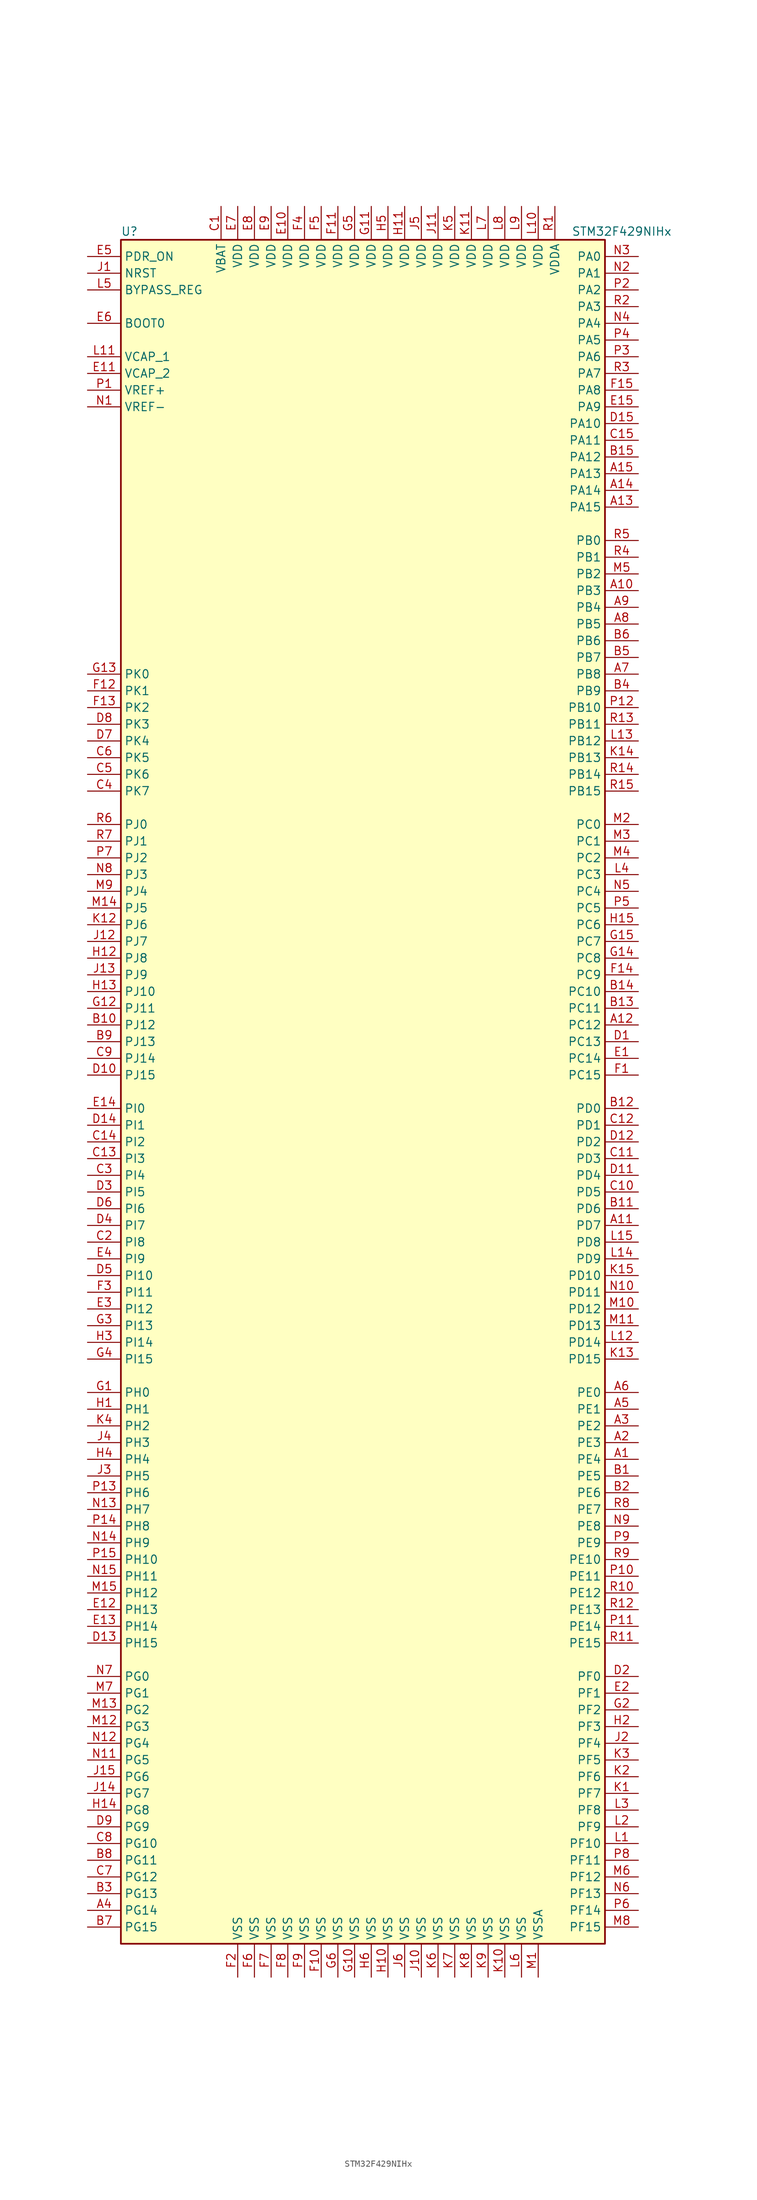
<source format=kicad_sym>
(kicad_symbol_lib
  (version 20201005)
  (generator kicad_symbol_editor)
  (symbol "STM32F429NIHx"
    (property "Reference" "U"
      (at -38.1 130.81 0)
      (effects (font (size 1.27 1.27)) (justify left)))
    (property "Value" "STM32F429NIHx"
      (at 30.48 130.81 0)
      (effects (font (size 1.27 1.27)) (justify left)))
    (symbol "STM32F429NIHx_0_1"
      (rectangle (start -38.1 -129.54) (end 35.56 129.54) (stroke (width 0.254)) (fill (type background))))
    (symbol "STM32F429NIHx_1_1"
      (pin bidirectional line (at 40.64 -55.88 180) (length 5.08) (name "PE4" (effects (font (size 1.27 1.27)))) (number "A1" (effects (font (size 1.27 1.27)))))
      (pin bidirectional line (at 40.64 76.2 180) (length 5.08) (name "PB3" (effects (font (size 1.27 1.27)))) (number "A10" (effects (font (size 1.27 1.27)))))
      (pin bidirectional line (at 40.64 -20.32 180) (length 5.08) (name "PD7" (effects (font (size 1.27 1.27)))) (number "A11" (effects (font (size 1.27 1.27)))))
      (pin bidirectional line (at 40.64 10.16 180) (length 5.08) (name "PC12" (effects (font (size 1.27 1.27)))) (number "A12" (effects (font (size 1.27 1.27)))))
      (pin bidirectional line (at 40.64 88.9 180) (length 5.08) (name "PA15" (effects (font (size 1.27 1.27)))) (number "A13" (effects (font (size 1.27 1.27)))))
      (pin bidirectional line (at 40.64 91.44 180) (length 5.08) (name "PA14" (effects (font (size 1.27 1.27)))) (number "A14" (effects (font (size 1.27 1.27)))))
      (pin bidirectional line (at 40.64 93.98 180) (length 5.08) (name "PA13" (effects (font (size 1.27 1.27)))) (number "A15" (effects (font (size 1.27 1.27)))))
      (pin bidirectional line (at 40.64 -53.34 180) (length 5.08) (name "PE3" (effects (font (size 1.27 1.27)))) (number "A2" (effects (font (size 1.27 1.27)))))
      (pin bidirectional line (at 40.64 -50.8 180) (length 5.08) (name "PE2" (effects (font (size 1.27 1.27)))) (number "A3" (effects (font (size 1.27 1.27)))))
      (pin bidirectional line (at -43.18 -124.46 0) (length 5.08) (name "PG14" (effects (font (size 1.27 1.27)))) (number "A4" (effects (font (size 1.27 1.27)))))
      (pin bidirectional line (at 40.64 -48.26 180) (length 5.08) (name "PE1" (effects (font (size 1.27 1.27)))) (number "A5" (effects (font (size 1.27 1.27)))))
      (pin bidirectional line (at 40.64 -45.72 180) (length 5.08) (name "PE0" (effects (font (size 1.27 1.27)))) (number "A6" (effects (font (size 1.27 1.27)))))
      (pin bidirectional line (at 40.64 63.5 180) (length 5.08) (name "PB8" (effects (font (size 1.27 1.27)))) (number "A7" (effects (font (size 1.27 1.27)))))
      (pin bidirectional line (at 40.64 71.12 180) (length 5.08) (name "PB5" (effects (font (size 1.27 1.27)))) (number "A8" (effects (font (size 1.27 1.27)))))
      (pin bidirectional line (at 40.64 73.66 180) (length 5.08) (name "PB4" (effects (font (size 1.27 1.27)))) (number "A9" (effects (font (size 1.27 1.27)))))
      (pin bidirectional line (at 40.64 -58.42 180) (length 5.08) (name "PE5" (effects (font (size 1.27 1.27)))) (number "B1" (effects (font (size 1.27 1.27)))))
      (pin bidirectional line (at -43.18 10.16 0) (length 5.08) (name "PJ12" (effects (font (size 1.27 1.27)))) (number "B10" (effects (font (size 1.27 1.27)))))
      (pin bidirectional line (at 40.64 -17.78 180) (length 5.08) (name "PD6" (effects (font (size 1.27 1.27)))) (number "B11" (effects (font (size 1.27 1.27)))))
      (pin bidirectional line (at 40.64 -2.54 180) (length 5.08) (name "PD0" (effects (font (size 1.27 1.27)))) (number "B12" (effects (font (size 1.27 1.27)))))
      (pin bidirectional line (at 40.64 12.7 180) (length 5.08) (name "PC11" (effects (font (size 1.27 1.27)))) (number "B13" (effects (font (size 1.27 1.27)))))
      (pin bidirectional line (at 40.64 15.24 180) (length 5.08) (name "PC10" (effects (font (size 1.27 1.27)))) (number "B14" (effects (font (size 1.27 1.27)))))
      (pin bidirectional line (at 40.64 96.52 180) (length 5.08) (name "PA12" (effects (font (size 1.27 1.27)))) (number "B15" (effects (font (size 1.27 1.27)))))
      (pin bidirectional line (at 40.64 -60.96 180) (length 5.08) (name "PE6" (effects (font (size 1.27 1.27)))) (number "B2" (effects (font (size 1.27 1.27)))))
      (pin bidirectional line (at -43.18 -121.92 0) (length 5.08) (name "PG13" (effects (font (size 1.27 1.27)))) (number "B3" (effects (font (size 1.27 1.27)))))
      (pin bidirectional line (at 40.64 60.96 180) (length 5.08) (name "PB9" (effects (font (size 1.27 1.27)))) (number "B4" (effects (font (size 1.27 1.27)))))
      (pin bidirectional line (at 40.64 66.04 180) (length 5.08) (name "PB7" (effects (font (size 1.27 1.27)))) (number "B5" (effects (font (size 1.27 1.27)))))
      (pin bidirectional line (at 40.64 68.58 180) (length 5.08) (name "PB6" (effects (font (size 1.27 1.27)))) (number "B6" (effects (font (size 1.27 1.27)))))
      (pin bidirectional line (at -43.18 -127 0) (length 5.08) (name "PG15" (effects (font (size 1.27 1.27)))) (number "B7" (effects (font (size 1.27 1.27)))))
      (pin bidirectional line (at -43.18 -116.84 0) (length 5.08) (name "PG11" (effects (font (size 1.27 1.27)))) (number "B8" (effects (font (size 1.27 1.27)))))
      (pin bidirectional line (at -43.18 7.62 0) (length 5.08) (name "PJ13" (effects (font (size 1.27 1.27)))) (number "B9" (effects (font (size 1.27 1.27)))))
      (pin power_in line (at -22.86 134.62 270) (length 5.08) (name "VBAT" (effects (font (size 1.27 1.27)))) (number "C1" (effects (font (size 1.27 1.27)))))
      (pin bidirectional line (at 40.64 -15.24 180) (length 5.08) (name "PD5" (effects (font (size 1.27 1.27)))) (number "C10" (effects (font (size 1.27 1.27)))))
      (pin bidirectional line (at 40.64 -10.16 180) (length 5.08) (name "PD3" (effects (font (size 1.27 1.27)))) (number "C11" (effects (font (size 1.27 1.27)))))
      (pin bidirectional line (at 40.64 -5.08 180) (length 5.08) (name "PD1" (effects (font (size 1.27 1.27)))) (number "C12" (effects (font (size 1.27 1.27)))))
      (pin bidirectional line (at -43.18 -10.16 0) (length 5.08) (name "PI3" (effects (font (size 1.27 1.27)))) (number "C13" (effects (font (size 1.27 1.27)))))
      (pin bidirectional line (at -43.18 -7.62 0) (length 5.08) (name "PI2" (effects (font (size 1.27 1.27)))) (number "C14" (effects (font (size 1.27 1.27)))))
      (pin bidirectional line (at 40.64 99.06 180) (length 5.08) (name "PA11" (effects (font (size 1.27 1.27)))) (number "C15" (effects (font (size 1.27 1.27)))))
      (pin bidirectional line (at -43.18 -22.86 0) (length 5.08) (name "PI8" (effects (font (size 1.27 1.27)))) (number "C2" (effects (font (size 1.27 1.27)))))
      (pin bidirectional line (at -43.18 -12.7 0) (length 5.08) (name "PI4" (effects (font (size 1.27 1.27)))) (number "C3" (effects (font (size 1.27 1.27)))))
      (pin bidirectional line (at -43.18 45.72 0) (length 5.08) (name "PK7" (effects (font (size 1.27 1.27)))) (number "C4" (effects (font (size 1.27 1.27)))))
      (pin bidirectional line (at -43.18 48.26 0) (length 5.08) (name "PK6" (effects (font (size 1.27 1.27)))) (number "C5" (effects (font (size 1.27 1.27)))))
      (pin bidirectional line (at -43.18 50.8 0) (length 5.08) (name "PK5" (effects (font (size 1.27 1.27)))) (number "C6" (effects (font (size 1.27 1.27)))))
      (pin bidirectional line (at -43.18 -119.38 0) (length 5.08) (name "PG12" (effects (font (size 1.27 1.27)))) (number "C7" (effects (font (size 1.27 1.27)))))
      (pin bidirectional line (at -43.18 -114.3 0) (length 5.08) (name "PG10" (effects (font (size 1.27 1.27)))) (number "C8" (effects (font (size 1.27 1.27)))))
      (pin bidirectional line (at -43.18 5.08 0) (length 5.08) (name "PJ14" (effects (font (size 1.27 1.27)))) (number "C9" (effects (font (size 1.27 1.27)))))
      (pin bidirectional line (at 40.64 7.62 180) (length 5.08) (name "PC13" (effects (font (size 1.27 1.27)))) (number "D1" (effects (font (size 1.27 1.27)))))
      (pin bidirectional line (at -43.18 2.54 0) (length 5.08) (name "PJ15" (effects (font (size 1.27 1.27)))) (number "D10" (effects (font (size 1.27 1.27)))))
      (pin bidirectional line (at 40.64 -12.7 180) (length 5.08) (name "PD4" (effects (font (size 1.27 1.27)))) (number "D11" (effects (font (size 1.27 1.27)))))
      (pin bidirectional line (at 40.64 -7.62 180) (length 5.08) (name "PD2" (effects (font (size 1.27 1.27)))) (number "D12" (effects (font (size 1.27 1.27)))))
      (pin bidirectional line (at -43.18 -83.82 0) (length 5.08) (name "PH15" (effects (font (size 1.27 1.27)))) (number "D13" (effects (font (size 1.27 1.27)))))
      (pin bidirectional line (at -43.18 -5.08 0) (length 5.08) (name "PI1" (effects (font (size 1.27 1.27)))) (number "D14" (effects (font (size 1.27 1.27)))))
      (pin bidirectional line (at 40.64 101.6 180) (length 5.08) (name "PA10" (effects (font (size 1.27 1.27)))) (number "D15" (effects (font (size 1.27 1.27)))))
      (pin bidirectional line (at 40.64 -88.9 180) (length 5.08) (name "PF0" (effects (font (size 1.27 1.27)))) (number "D2" (effects (font (size 1.27 1.27)))))
      (pin bidirectional line (at -43.18 -15.24 0) (length 5.08) (name "PI5" (effects (font (size 1.27 1.27)))) (number "D3" (effects (font (size 1.27 1.27)))))
      (pin bidirectional line (at -43.18 -20.32 0) (length 5.08) (name "PI7" (effects (font (size 1.27 1.27)))) (number "D4" (effects (font (size 1.27 1.27)))))
      (pin bidirectional line (at -43.18 -27.94 0) (length 5.08) (name "PI10" (effects (font (size 1.27 1.27)))) (number "D5" (effects (font (size 1.27 1.27)))))
      (pin bidirectional line (at -43.18 -17.78 0) (length 5.08) (name "PI6" (effects (font (size 1.27 1.27)))) (number "D6" (effects (font (size 1.27 1.27)))))
      (pin bidirectional line (at -43.18 53.34 0) (length 5.08) (name "PK4" (effects (font (size 1.27 1.27)))) (number "D7" (effects (font (size 1.27 1.27)))))
      (pin bidirectional line (at -43.18 55.88 0) (length 5.08) (name "PK3" (effects (font (size 1.27 1.27)))) (number "D8" (effects (font (size 1.27 1.27)))))
      (pin bidirectional line (at -43.18 -111.76 0) (length 5.08) (name "PG9" (effects (font (size 1.27 1.27)))) (number "D9" (effects (font (size 1.27 1.27)))))
      (pin bidirectional line (at 40.64 5.08 180) (length 5.08) (name "PC14" (effects (font (size 1.27 1.27)))) (number "E1" (effects (font (size 1.27 1.27)))))
      (pin power_in line (at -12.7 134.62 270) (length 5.08) (name "VDD" (effects (font (size 1.27 1.27)))) (number "E10" (effects (font (size 1.27 1.27)))))
      (pin power_in line (at -43.18 109.22 0) (length 5.08) (name "VCAP_2" (effects (font (size 1.27 1.27)))) (number "E11" (effects (font (size 1.27 1.27)))))
      (pin bidirectional line (at -43.18 -78.74 0) (length 5.08) (name "PH13" (effects (font (size 1.27 1.27)))) (number "E12" (effects (font (size 1.27 1.27)))))
      (pin bidirectional line (at -43.18 -81.28 0) (length 5.08) (name "PH14" (effects (font (size 1.27 1.27)))) (number "E13" (effects (font (size 1.27 1.27)))))
      (pin bidirectional line (at -43.18 -2.54 0) (length 5.08) (name "PI0" (effects (font (size 1.27 1.27)))) (number "E14" (effects (font (size 1.27 1.27)))))
      (pin bidirectional line (at 40.64 104.14 180) (length 5.08) (name "PA9" (effects (font (size 1.27 1.27)))) (number "E15" (effects (font (size 1.27 1.27)))))
      (pin bidirectional line (at 40.64 -91.44 180) (length 5.08) (name "PF1" (effects (font (size 1.27 1.27)))) (number "E2" (effects (font (size 1.27 1.27)))))
      (pin bidirectional line (at -43.18 -33.02 0) (length 5.08) (name "PI12" (effects (font (size 1.27 1.27)))) (number "E3" (effects (font (size 1.27 1.27)))))
      (pin bidirectional line (at -43.18 -25.4 0) (length 5.08) (name "PI9" (effects (font (size 1.27 1.27)))) (number "E4" (effects (font (size 1.27 1.27)))))
      (pin input line (at -43.18 127 0) (length 5.08) (name "PDR_ON" (effects (font (size 1.27 1.27)))) (number "E5" (effects (font (size 1.27 1.27)))))
      (pin input line (at -43.18 116.84 0) (length 5.08) (name "BOOT0" (effects (font (size 1.27 1.27)))) (number "E6" (effects (font (size 1.27 1.27)))))
      (pin power_in line (at -20.32 134.62 270) (length 5.08) (name "VDD" (effects (font (size 1.27 1.27)))) (number "E7" (effects (font (size 1.27 1.27)))))
      (pin power_in line (at -17.78 134.62 270) (length 5.08) (name "VDD" (effects (font (size 1.27 1.27)))) (number "E8" (effects (font (size 1.27 1.27)))))
      (pin power_in line (at -15.24 134.62 270) (length 5.08) (name "VDD" (effects (font (size 1.27 1.27)))) (number "E9" (effects (font (size 1.27 1.27)))))
      (pin bidirectional line (at 40.64 2.54 180) (length 5.08) (name "PC15" (effects (font (size 1.27 1.27)))) (number "F1" (effects (font (size 1.27 1.27)))))
      (pin power_in line (at -7.62 -134.62 90) (length 5.08) (name "VSS" (effects (font (size 1.27 1.27)))) (number "F10" (effects (font (size 1.27 1.27)))))
      (pin power_in line (at -5.08 134.62 270) (length 5.08) (name "VDD" (effects (font (size 1.27 1.27)))) (number "F11" (effects (font (size 1.27 1.27)))))
      (pin bidirectional line (at -43.18 60.96 0) (length 5.08) (name "PK1" (effects (font (size 1.27 1.27)))) (number "F12" (effects (font (size 1.27 1.27)))))
      (pin bidirectional line (at -43.18 58.42 0) (length 5.08) (name "PK2" (effects (font (size 1.27 1.27)))) (number "F13" (effects (font (size 1.27 1.27)))))
      (pin bidirectional line (at 40.64 17.78 180) (length 5.08) (name "PC9" (effects (font (size 1.27 1.27)))) (number "F14" (effects (font (size 1.27 1.27)))))
      (pin bidirectional line (at 40.64 106.68 180) (length 5.08) (name "PA8" (effects (font (size 1.27 1.27)))) (number "F15" (effects (font (size 1.27 1.27)))))
      (pin power_in line (at -20.32 -134.62 90) (length 5.08) (name "VSS" (effects (font (size 1.27 1.27)))) (number "F2" (effects (font (size 1.27 1.27)))))
      (pin bidirectional line (at -43.18 -30.48 0) (length 5.08) (name "PI11" (effects (font (size 1.27 1.27)))) (number "F3" (effects (font (size 1.27 1.27)))))
      (pin power_in line (at -10.16 134.62 270) (length 5.08) (name "VDD" (effects (font (size 1.27 1.27)))) (number "F4" (effects (font (size 1.27 1.27)))))
      (pin power_in line (at -7.62 134.62 270) (length 5.08) (name "VDD" (effects (font (size 1.27 1.27)))) (number "F5" (effects (font (size 1.27 1.27)))))
      (pin power_in line (at -17.78 -134.62 90) (length 5.08) (name "VSS" (effects (font (size 1.27 1.27)))) (number "F6" (effects (font (size 1.27 1.27)))))
      (pin power_in line (at -15.24 -134.62 90) (length 5.08) (name "VSS" (effects (font (size 1.27 1.27)))) (number "F7" (effects (font (size 1.27 1.27)))))
      (pin power_in line (at -12.7 -134.62 90) (length 5.08) (name "VSS" (effects (font (size 1.27 1.27)))) (number "F8" (effects (font (size 1.27 1.27)))))
      (pin power_in line (at -10.16 -134.62 90) (length 5.08) (name "VSS" (effects (font (size 1.27 1.27)))) (number "F9" (effects (font (size 1.27 1.27)))))
      (pin input line (at -43.18 -45.72 0) (length 5.08) (name "PH0" (effects (font (size 1.27 1.27)))) (number "G1" (effects (font (size 1.27 1.27)))))
      (pin power_in line (at -2.54 -134.62 90) (length 5.08) (name "VSS" (effects (font (size 1.27 1.27)))) (number "G10" (effects (font (size 1.27 1.27)))))
      (pin power_in line (at 0 134.62 270) (length 5.08) (name "VDD" (effects (font (size 1.27 1.27)))) (number "G11" (effects (font (size 1.27 1.27)))))
      (pin bidirectional line (at -43.18 12.7 0) (length 5.08) (name "PJ11" (effects (font (size 1.27 1.27)))) (number "G12" (effects (font (size 1.27 1.27)))))
      (pin bidirectional line (at -43.18 63.5 0) (length 5.08) (name "PK0" (effects (font (size 1.27 1.27)))) (number "G13" (effects (font (size 1.27 1.27)))))
      (pin bidirectional line (at 40.64 20.32 180) (length 5.08) (name "PC8" (effects (font (size 1.27 1.27)))) (number "G14" (effects (font (size 1.27 1.27)))))
      (pin bidirectional line (at 40.64 22.86 180) (length 5.08) (name "PC7" (effects (font (size 1.27 1.27)))) (number "G15" (effects (font (size 1.27 1.27)))))
      (pin bidirectional line (at 40.64 -93.98 180) (length 5.08) (name "PF2" (effects (font (size 1.27 1.27)))) (number "G2" (effects (font (size 1.27 1.27)))))
      (pin bidirectional line (at -43.18 -35.56 0) (length 5.08) (name "PI13" (effects (font (size 1.27 1.27)))) (number "G3" (effects (font (size 1.27 1.27)))))
      (pin bidirectional line (at -43.18 -40.64 0) (length 5.08) (name "PI15" (effects (font (size 1.27 1.27)))) (number "G4" (effects (font (size 1.27 1.27)))))
      (pin power_in line (at -2.54 134.62 270) (length 5.08) (name "VDD" (effects (font (size 1.27 1.27)))) (number "G5" (effects (font (size 1.27 1.27)))))
      (pin power_in line (at -5.08 -134.62 90) (length 5.08) (name "VSS" (effects (font (size 1.27 1.27)))) (number "G6" (effects (font (size 1.27 1.27)))))
      (pin input line (at -43.18 -48.26 0) (length 5.08) (name "PH1" (effects (font (size 1.27 1.27)))) (number "H1" (effects (font (size 1.27 1.27)))))
      (pin power_in line (at 2.54 -134.62 90) (length 5.08) (name "VSS" (effects (font (size 1.27 1.27)))) (number "H10" (effects (font (size 1.27 1.27)))))
      (pin power_in line (at 5.08 134.62 270) (length 5.08) (name "VDD" (effects (font (size 1.27 1.27)))) (number "H11" (effects (font (size 1.27 1.27)))))
      (pin bidirectional line (at -43.18 20.32 0) (length 5.08) (name "PJ8" (effects (font (size 1.27 1.27)))) (number "H12" (effects (font (size 1.27 1.27)))))
      (pin bidirectional line (at -43.18 15.24 0) (length 5.08) (name "PJ10" (effects (font (size 1.27 1.27)))) (number "H13" (effects (font (size 1.27 1.27)))))
      (pin bidirectional line (at -43.18 -109.22 0) (length 5.08) (name "PG8" (effects (font (size 1.27 1.27)))) (number "H14" (effects (font (size 1.27 1.27)))))
      (pin bidirectional line (at 40.64 25.4 180) (length 5.08) (name "PC6" (effects (font (size 1.27 1.27)))) (number "H15" (effects (font (size 1.27 1.27)))))
      (pin bidirectional line (at 40.64 -96.52 180) (length 5.08) (name "PF3" (effects (font (size 1.27 1.27)))) (number "H2" (effects (font (size 1.27 1.27)))))
      (pin bidirectional line (at -43.18 -38.1 0) (length 5.08) (name "PI14" (effects (font (size 1.27 1.27)))) (number "H3" (effects (font (size 1.27 1.27)))))
      (pin bidirectional line (at -43.18 -55.88 0) (length 5.08) (name "PH4" (effects (font (size 1.27 1.27)))) (number "H4" (effects (font (size 1.27 1.27)))))
      (pin power_in line (at 2.54 134.62 270) (length 5.08) (name "VDD" (effects (font (size 1.27 1.27)))) (number "H5" (effects (font (size 1.27 1.27)))))
      (pin power_in line (at 0 -134.62 90) (length 5.08) (name "VSS" (effects (font (size 1.27 1.27)))) (number "H6" (effects (font (size 1.27 1.27)))))
      (pin input line (at -43.18 124.46 0) (length 5.08) (name "NRST" (effects (font (size 1.27 1.27)))) (number "J1" (effects (font (size 1.27 1.27)))))
      (pin power_in line (at 7.62 -134.62 90) (length 5.08) (name "VSS" (effects (font (size 1.27 1.27)))) (number "J10" (effects (font (size 1.27 1.27)))))
      (pin power_in line (at 10.16 134.62 270) (length 5.08) (name "VDD" (effects (font (size 1.27 1.27)))) (number "J11" (effects (font (size 1.27 1.27)))))
      (pin bidirectional line (at -43.18 22.86 0) (length 5.08) (name "PJ7" (effects (font (size 1.27 1.27)))) (number "J12" (effects (font (size 1.27 1.27)))))
      (pin bidirectional line (at -43.18 17.78 0) (length 5.08) (name "PJ9" (effects (font (size 1.27 1.27)))) (number "J13" (effects (font (size 1.27 1.27)))))
      (pin bidirectional line (at -43.18 -106.68 0) (length 5.08) (name "PG7" (effects (font (size 1.27 1.27)))) (number "J14" (effects (font (size 1.27 1.27)))))
      (pin bidirectional line (at -43.18 -104.14 0) (length 5.08) (name "PG6" (effects (font (size 1.27 1.27)))) (number "J15" (effects (font (size 1.27 1.27)))))
      (pin bidirectional line (at 40.64 -99.06 180) (length 5.08) (name "PF4" (effects (font (size 1.27 1.27)))) (number "J2" (effects (font (size 1.27 1.27)))))
      (pin bidirectional line (at -43.18 -58.42 0) (length 5.08) (name "PH5" (effects (font (size 1.27 1.27)))) (number "J3" (effects (font (size 1.27 1.27)))))
      (pin bidirectional line (at -43.18 -53.34 0) (length 5.08) (name "PH3" (effects (font (size 1.27 1.27)))) (number "J4" (effects (font (size 1.27 1.27)))))
      (pin power_in line (at 7.62 134.62 270) (length 5.08) (name "VDD" (effects (font (size 1.27 1.27)))) (number "J5" (effects (font (size 1.27 1.27)))))
      (pin power_in line (at 5.08 -134.62 90) (length 5.08) (name "VSS" (effects (font (size 1.27 1.27)))) (number "J6" (effects (font (size 1.27 1.27)))))
      (pin bidirectional line (at 40.64 -106.68 180) (length 5.08) (name "PF7" (effects (font (size 1.27 1.27)))) (number "K1" (effects (font (size 1.27 1.27)))))
      (pin power_in line (at 20.32 -134.62 90) (length 5.08) (name "VSS" (effects (font (size 1.27 1.27)))) (number "K10" (effects (font (size 1.27 1.27)))))
      (pin power_in line (at 15.24 134.62 270) (length 5.08) (name "VDD" (effects (font (size 1.27 1.27)))) (number "K11" (effects (font (size 1.27 1.27)))))
      (pin bidirectional line (at -43.18 25.4 0) (length 5.08) (name "PJ6" (effects (font (size 1.27 1.27)))) (number "K12" (effects (font (size 1.27 1.27)))))
      (pin bidirectional line (at 40.64 -40.64 180) (length 5.08) (name "PD15" (effects (font (size 1.27 1.27)))) (number "K13" (effects (font (size 1.27 1.27)))))
      (pin bidirectional line (at 40.64 50.8 180) (length 5.08) (name "PB13" (effects (font (size 1.27 1.27)))) (number "K14" (effects (font (size 1.27 1.27)))))
      (pin bidirectional line (at 40.64 -27.94 180) (length 5.08) (name "PD10" (effects (font (size 1.27 1.27)))) (number "K15" (effects (font (size 1.27 1.27)))))
      (pin bidirectional line (at 40.64 -104.14 180) (length 5.08) (name "PF6" (effects (font (size 1.27 1.27)))) (number "K2" (effects (font (size 1.27 1.27)))))
      (pin bidirectional line (at 40.64 -101.6 180) (length 5.08) (name "PF5" (effects (font (size 1.27 1.27)))) (number "K3" (effects (font (size 1.27 1.27)))))
      (pin bidirectional line (at -43.18 -50.8 0) (length 5.08) (name "PH2" (effects (font (size 1.27 1.27)))) (number "K4" (effects (font (size 1.27 1.27)))))
      (pin power_in line (at 12.7 134.62 270) (length 5.08) (name "VDD" (effects (font (size 1.27 1.27)))) (number "K5" (effects (font (size 1.27 1.27)))))
      (pin power_in line (at 10.16 -134.62 90) (length 5.08) (name "VSS" (effects (font (size 1.27 1.27)))) (number "K6" (effects (font (size 1.27 1.27)))))
      (pin power_in line (at 12.7 -134.62 90) (length 5.08) (name "VSS" (effects (font (size 1.27 1.27)))) (number "K7" (effects (font (size 1.27 1.27)))))
      (pin power_in line (at 15.24 -134.62 90) (length 5.08) (name "VSS" (effects (font (size 1.27 1.27)))) (number "K8" (effects (font (size 1.27 1.27)))))
      (pin power_in line (at 17.78 -134.62 90) (length 5.08) (name "VSS" (effects (font (size 1.27 1.27)))) (number "K9" (effects (font (size 1.27 1.27)))))
      (pin bidirectional line (at 40.64 -114.3 180) (length 5.08) (name "PF10" (effects (font (size 1.27 1.27)))) (number "L1" (effects (font (size 1.27 1.27)))))
      (pin power_in line (at 25.4 134.62 270) (length 5.08) (name "VDD" (effects (font (size 1.27 1.27)))) (number "L10" (effects (font (size 1.27 1.27)))))
      (pin power_in line (at -43.18 111.76 0) (length 5.08) (name "VCAP_1" (effects (font (size 1.27 1.27)))) (number "L11" (effects (font (size 1.27 1.27)))))
      (pin bidirectional line (at 40.64 -38.1 180) (length 5.08) (name "PD14" (effects (font (size 1.27 1.27)))) (number "L12" (effects (font (size 1.27 1.27)))))
      (pin bidirectional line (at 40.64 53.34 180) (length 5.08) (name "PB12" (effects (font (size 1.27 1.27)))) (number "L13" (effects (font (size 1.27 1.27)))))
      (pin bidirectional line (at 40.64 -25.4 180) (length 5.08) (name "PD9" (effects (font (size 1.27 1.27)))) (number "L14" (effects (font (size 1.27 1.27)))))
      (pin bidirectional line (at 40.64 -22.86 180) (length 5.08) (name "PD8" (effects (font (size 1.27 1.27)))) (number "L15" (effects (font (size 1.27 1.27)))))
      (pin bidirectional line (at 40.64 -111.76 180) (length 5.08) (name "PF9" (effects (font (size 1.27 1.27)))) (number "L2" (effects (font (size 1.27 1.27)))))
      (pin bidirectional line (at 40.64 -109.22 180) (length 5.08) (name "PF8" (effects (font (size 1.27 1.27)))) (number "L3" (effects (font (size 1.27 1.27)))))
      (pin bidirectional line (at 40.64 33.02 180) (length 5.08) (name "PC3" (effects (font (size 1.27 1.27)))) (number "L4" (effects (font (size 1.27 1.27)))))
      (pin input line (at -43.18 121.92 0) (length 5.08) (name "BYPASS_REG" (effects (font (size 1.27 1.27)))) (number "L5" (effects (font (size 1.27 1.27)))))
      (pin power_in line (at 22.86 -134.62 90) (length 5.08) (name "VSS" (effects (font (size 1.27 1.27)))) (number "L6" (effects (font (size 1.27 1.27)))))
      (pin power_in line (at 17.78 134.62 270) (length 5.08) (name "VDD" (effects (font (size 1.27 1.27)))) (number "L7" (effects (font (size 1.27 1.27)))))
      (pin power_in line (at 20.32 134.62 270) (length 5.08) (name "VDD" (effects (font (size 1.27 1.27)))) (number "L8" (effects (font (size 1.27 1.27)))))
      (pin power_in line (at 22.86 134.62 270) (length 5.08) (name "VDD" (effects (font (size 1.27 1.27)))) (number "L9" (effects (font (size 1.27 1.27)))))
      (pin power_in line (at 25.4 -134.62 90) (length 5.08) (name "VSSA" (effects (font (size 1.27 1.27)))) (number "M1" (effects (font (size 1.27 1.27)))))
      (pin bidirectional line (at 40.64 -33.02 180) (length 5.08) (name "PD12" (effects (font (size 1.27 1.27)))) (number "M10" (effects (font (size 1.27 1.27)))))
      (pin bidirectional line (at 40.64 -35.56 180) (length 5.08) (name "PD13" (effects (font (size 1.27 1.27)))) (number "M11" (effects (font (size 1.27 1.27)))))
      (pin bidirectional line (at -43.18 -96.52 0) (length 5.08) (name "PG3" (effects (font (size 1.27 1.27)))) (number "M12" (effects (font (size 1.27 1.27)))))
      (pin bidirectional line (at -43.18 -93.98 0) (length 5.08) (name "PG2" (effects (font (size 1.27 1.27)))) (number "M13" (effects (font (size 1.27 1.27)))))
      (pin bidirectional line (at -43.18 27.94 0) (length 5.08) (name "PJ5" (effects (font (size 1.27 1.27)))) (number "M14" (effects (font (size 1.27 1.27)))))
      (pin bidirectional line (at -43.18 -76.2 0) (length 5.08) (name "PH12" (effects (font (size 1.27 1.27)))) (number "M15" (effects (font (size 1.27 1.27)))))
      (pin bidirectional line (at 40.64 40.64 180) (length 5.08) (name "PC0" (effects (font (size 1.27 1.27)))) (number "M2" (effects (font (size 1.27 1.27)))))
      (pin bidirectional line (at 40.64 38.1 180) (length 5.08) (name "PC1" (effects (font (size 1.27 1.27)))) (number "M3" (effects (font (size 1.27 1.27)))))
      (pin bidirectional line (at 40.64 35.56 180) (length 5.08) (name "PC2" (effects (font (size 1.27 1.27)))) (number "M4" (effects (font (size 1.27 1.27)))))
      (pin bidirectional line (at 40.64 78.74 180) (length 5.08) (name "PB2" (effects (font (size 1.27 1.27)))) (number "M5" (effects (font (size 1.27 1.27)))))
      (pin bidirectional line (at 40.64 -119.38 180) (length 5.08) (name "PF12" (effects (font (size 1.27 1.27)))) (number "M6" (effects (font (size 1.27 1.27)))))
      (pin bidirectional line (at -43.18 -91.44 0) (length 5.08) (name "PG1" (effects (font (size 1.27 1.27)))) (number "M7" (effects (font (size 1.27 1.27)))))
      (pin bidirectional line (at 40.64 -127 180) (length 5.08) (name "PF15" (effects (font (size 1.27 1.27)))) (number "M8" (effects (font (size 1.27 1.27)))))
      (pin bidirectional line (at -43.18 30.48 0) (length 5.08) (name "PJ4" (effects (font (size 1.27 1.27)))) (number "M9" (effects (font (size 1.27 1.27)))))
      (pin power_in line (at -43.18 104.14 0) (length 5.08) (name "VREF-" (effects (font (size 1.27 1.27)))) (number "N1" (effects (font (size 1.27 1.27)))))
      (pin bidirectional line (at 40.64 -30.48 180) (length 5.08) (name "PD11" (effects (font (size 1.27 1.27)))) (number "N10" (effects (font (size 1.27 1.27)))))
      (pin bidirectional line (at -43.18 -101.6 0) (length 5.08) (name "PG5" (effects (font (size 1.27 1.27)))) (number "N11" (effects (font (size 1.27 1.27)))))
      (pin bidirectional line (at -43.18 -99.06 0) (length 5.08) (name "PG4" (effects (font (size 1.27 1.27)))) (number "N12" (effects (font (size 1.27 1.27)))))
      (pin bidirectional line (at -43.18 -63.5 0) (length 5.08) (name "PH7" (effects (font (size 1.27 1.27)))) (number "N13" (effects (font (size 1.27 1.27)))))
      (pin bidirectional line (at -43.18 -68.58 0) (length 5.08) (name "PH9" (effects (font (size 1.27 1.27)))) (number "N14" (effects (font (size 1.27 1.27)))))
      (pin bidirectional line (at -43.18 -73.66 0) (length 5.08) (name "PH11" (effects (font (size 1.27 1.27)))) (number "N15" (effects (font (size 1.27 1.27)))))
      (pin bidirectional line (at 40.64 124.46 180) (length 5.08) (name "PA1" (effects (font (size 1.27 1.27)))) (number "N2" (effects (font (size 1.27 1.27)))))
      (pin bidirectional line (at 40.64 127 180) (length 5.08) (name "PA0" (effects (font (size 1.27 1.27)))) (number "N3" (effects (font (size 1.27 1.27)))))
      (pin bidirectional line (at 40.64 116.84 180) (length 5.08) (name "PA4" (effects (font (size 1.27 1.27)))) (number "N4" (effects (font (size 1.27 1.27)))))
      (pin bidirectional line (at 40.64 30.48 180) (length 5.08) (name "PC4" (effects (font (size 1.27 1.27)))) (number "N5" (effects (font (size 1.27 1.27)))))
      (pin bidirectional line (at 40.64 -121.92 180) (length 5.08) (name "PF13" (effects (font (size 1.27 1.27)))) (number "N6" (effects (font (size 1.27 1.27)))))
      (pin bidirectional line (at -43.18 -88.9 0) (length 5.08) (name "PG0" (effects (font (size 1.27 1.27)))) (number "N7" (effects (font (size 1.27 1.27)))))
      (pin bidirectional line (at -43.18 33.02 0) (length 5.08) (name "PJ3" (effects (font (size 1.27 1.27)))) (number "N8" (effects (font (size 1.27 1.27)))))
      (pin bidirectional line (at 40.64 -66.04 180) (length 5.08) (name "PE8" (effects (font (size 1.27 1.27)))) (number "N9" (effects (font (size 1.27 1.27)))))
      (pin power_in line (at -43.18 106.68 0) (length 5.08) (name "VREF+" (effects (font (size 1.27 1.27)))) (number "P1" (effects (font (size 1.27 1.27)))))
      (pin bidirectional line (at 40.64 -73.66 180) (length 5.08) (name "PE11" (effects (font (size 1.27 1.27)))) (number "P10" (effects (font (size 1.27 1.27)))))
      (pin bidirectional line (at 40.64 -81.28 180) (length 5.08) (name "PE14" (effects (font (size 1.27 1.27)))) (number "P11" (effects (font (size 1.27 1.27)))))
      (pin bidirectional line (at 40.64 58.42 180) (length 5.08) (name "PB10" (effects (font (size 1.27 1.27)))) (number "P12" (effects (font (size 1.27 1.27)))))
      (pin bidirectional line (at -43.18 -60.96 0) (length 5.08) (name "PH6" (effects (font (size 1.27 1.27)))) (number "P13" (effects (font (size 1.27 1.27)))))
      (pin bidirectional line (at -43.18 -66.04 0) (length 5.08) (name "PH8" (effects (font (size 1.27 1.27)))) (number "P14" (effects (font (size 1.27 1.27)))))
      (pin bidirectional line (at -43.18 -71.12 0) (length 5.08) (name "PH10" (effects (font (size 1.27 1.27)))) (number "P15" (effects (font (size 1.27 1.27)))))
      (pin bidirectional line (at 40.64 121.92 180) (length 5.08) (name "PA2" (effects (font (size 1.27 1.27)))) (number "P2" (effects (font (size 1.27 1.27)))))
      (pin bidirectional line (at 40.64 111.76 180) (length 5.08) (name "PA6" (effects (font (size 1.27 1.27)))) (number "P3" (effects (font (size 1.27 1.27)))))
      (pin bidirectional line (at 40.64 114.3 180) (length 5.08) (name "PA5" (effects (font (size 1.27 1.27)))) (number "P4" (effects (font (size 1.27 1.27)))))
      (pin bidirectional line (at 40.64 27.94 180) (length 5.08) (name "PC5" (effects (font (size 1.27 1.27)))) (number "P5" (effects (font (size 1.27 1.27)))))
      (pin bidirectional line (at 40.64 -124.46 180) (length 5.08) (name "PF14" (effects (font (size 1.27 1.27)))) (number "P6" (effects (font (size 1.27 1.27)))))
      (pin bidirectional line (at -43.18 35.56 0) (length 5.08) (name "PJ2" (effects (font (size 1.27 1.27)))) (number "P7" (effects (font (size 1.27 1.27)))))
      (pin bidirectional line (at 40.64 -116.84 180) (length 5.08) (name "PF11" (effects (font (size 1.27 1.27)))) (number "P8" (effects (font (size 1.27 1.27)))))
      (pin bidirectional line (at 40.64 -68.58 180) (length 5.08) (name "PE9" (effects (font (size 1.27 1.27)))) (number "P9" (effects (font (size 1.27 1.27)))))
      (pin power_in line (at 27.94 134.62 270) (length 5.08) (name "VDDA" (effects (font (size 1.27 1.27)))) (number "R1" (effects (font (size 1.27 1.27)))))
      (pin bidirectional line (at 40.64 -76.2 180) (length 5.08) (name "PE12" (effects (font (size 1.27 1.27)))) (number "R10" (effects (font (size 1.27 1.27)))))
      (pin bidirectional line (at 40.64 -83.82 180) (length 5.08) (name "PE15" (effects (font (size 1.27 1.27)))) (number "R11" (effects (font (size 1.27 1.27)))))
      (pin bidirectional line (at 40.64 -78.74 180) (length 5.08) (name "PE13" (effects (font (size 1.27 1.27)))) (number "R12" (effects (font (size 1.27 1.27)))))
      (pin bidirectional line (at 40.64 55.88 180) (length 5.08) (name "PB11" (effects (font (size 1.27 1.27)))) (number "R13" (effects (font (size 1.27 1.27)))))
      (pin bidirectional line (at 40.64 48.26 180) (length 5.08) (name "PB14" (effects (font (size 1.27 1.27)))) (number "R14" (effects (font (size 1.27 1.27)))))
      (pin bidirectional line (at 40.64 45.72 180) (length 5.08) (name "PB15" (effects (font (size 1.27 1.27)))) (number "R15" (effects (font (size 1.27 1.27)))))
      (pin bidirectional line (at 40.64 119.38 180) (length 5.08) (name "PA3" (effects (font (size 1.27 1.27)))) (number "R2" (effects (font (size 1.27 1.27)))))
      (pin bidirectional line (at 40.64 109.22 180) (length 5.08) (name "PA7" (effects (font (size 1.27 1.27)))) (number "R3" (effects (font (size 1.27 1.27)))))
      (pin bidirectional line (at 40.64 81.28 180) (length 5.08) (name "PB1" (effects (font (size 1.27 1.27)))) (number "R4" (effects (font (size 1.27 1.27)))))
      (pin bidirectional line (at 40.64 83.82 180) (length 5.08) (name "PB0" (effects (font (size 1.27 1.27)))) (number "R5" (effects (font (size 1.27 1.27)))))
      (pin bidirectional line (at -43.18 40.64 0) (length 5.08) (name "PJ0" (effects (font (size 1.27 1.27)))) (number "R6" (effects (font (size 1.27 1.27)))))
      (pin bidirectional line (at -43.18 38.1 0) (length 5.08) (name "PJ1" (effects (font (size 1.27 1.27)))) (number "R7" (effects (font (size 1.27 1.27)))))
      (pin bidirectional line (at 40.64 -63.5 180) (length 5.08) (name "PE7" (effects (font (size 1.27 1.27)))) (number "R8" (effects (font (size 1.27 1.27)))))
      (pin bidirectional line (at 40.64 -71.12 180) (length 5.08) (name "PE10" (effects (font (size 1.27 1.27)))) (number "R9" (effects (font (size 1.27 1.27))))))))
</source>
